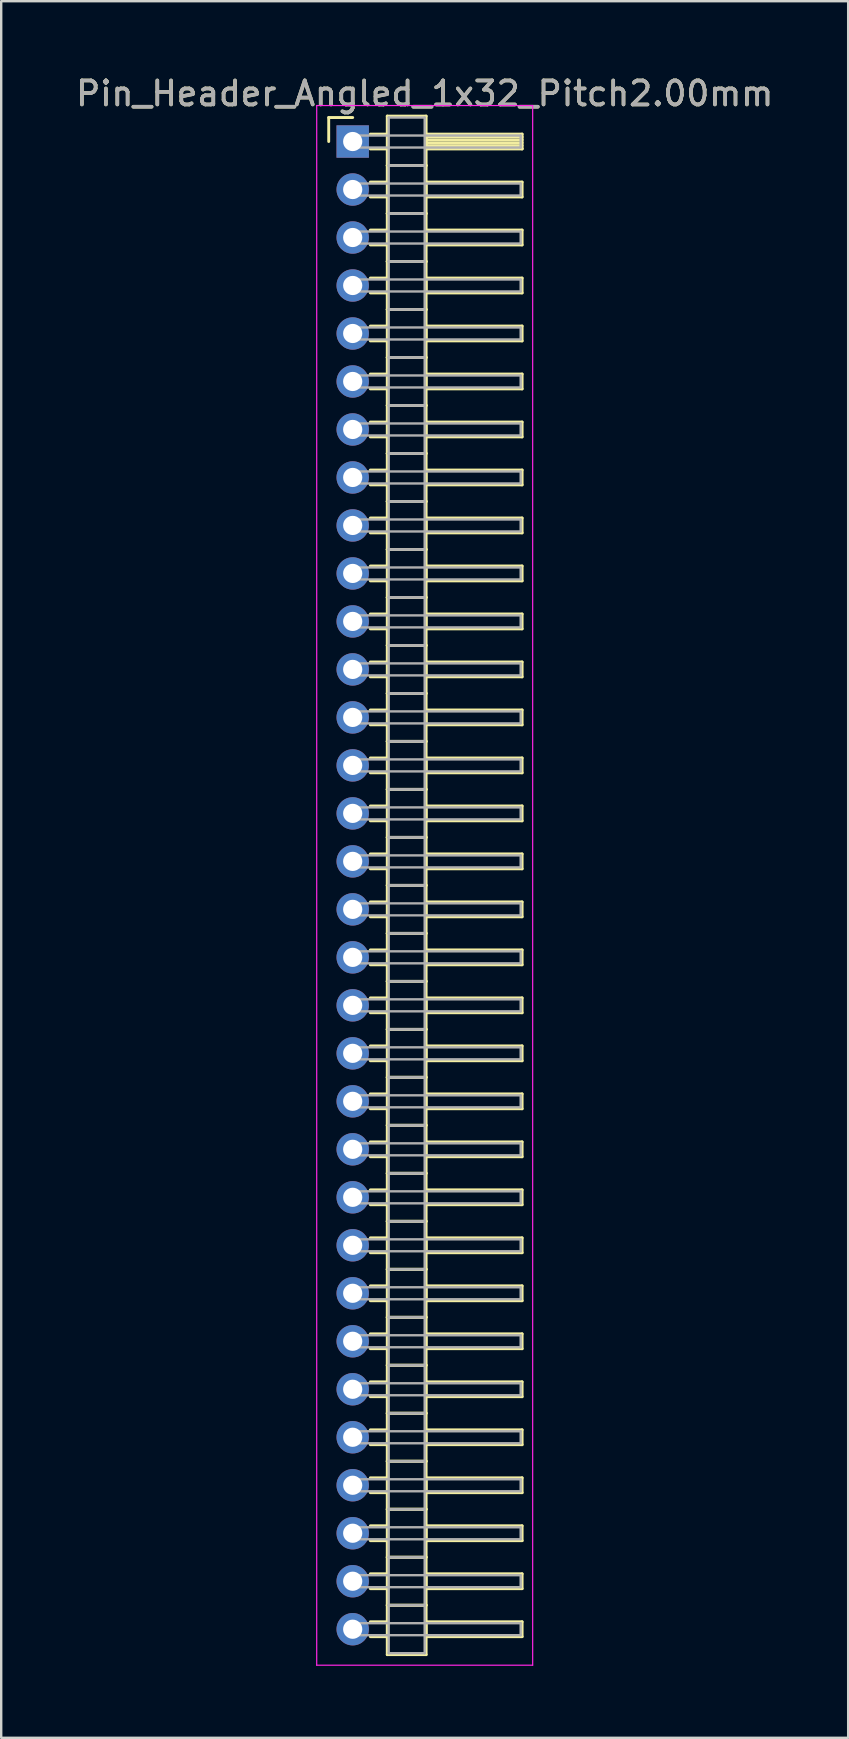
<source format=kicad_pcb>
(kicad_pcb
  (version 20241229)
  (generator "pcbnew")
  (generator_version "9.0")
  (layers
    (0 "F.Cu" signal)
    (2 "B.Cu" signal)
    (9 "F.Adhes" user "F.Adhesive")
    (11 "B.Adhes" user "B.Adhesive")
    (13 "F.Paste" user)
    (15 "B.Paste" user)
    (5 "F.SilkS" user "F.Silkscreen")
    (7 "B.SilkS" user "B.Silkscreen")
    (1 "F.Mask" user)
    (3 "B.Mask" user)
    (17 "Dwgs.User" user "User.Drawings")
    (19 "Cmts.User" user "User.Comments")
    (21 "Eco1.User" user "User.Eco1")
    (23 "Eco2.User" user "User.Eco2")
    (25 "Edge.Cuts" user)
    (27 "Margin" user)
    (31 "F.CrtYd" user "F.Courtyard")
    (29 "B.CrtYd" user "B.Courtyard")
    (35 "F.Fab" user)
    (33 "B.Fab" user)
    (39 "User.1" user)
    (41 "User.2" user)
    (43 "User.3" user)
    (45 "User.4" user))
  (footprint "Pin_Header_Angled_1x32_Pitch2.00mm"
    (layer "F.Cu")
    (at 11.649 2.848)
    (property "Reference" "Pin_Header_Angled_1x32_Pitch2.00mm" (at 3 -2 0) (layer "F.SilkS") (effects (font (size 1 1) (thickness 0.15))))
    (attr through_hole)
    (fp_line (start -1 -1) (end 0 -1) (stroke (width 0.12) (type solid)) (layer "F.SilkS"))
    (fp_line (start -1 0) (end -1 -1) (stroke (width 0.12) (type solid)) (layer "F.SilkS"))
    (fp_line (start 0.735 -0.31) (end 1.44 -0.31) (stroke (width 0.12) (type solid)) (layer "F.SilkS"))
    (fp_line (start 0.735 0.31) (end 1.44 0.31) (stroke (width 0.12) (type solid)) (layer "F.SilkS"))
    (fp_line (start 0.735 1.69) (end 1.44 1.69) (stroke (width 0.12) (type solid)) (layer "F.SilkS"))
    (fp_line (start 0.735 2.31) (end 1.44 2.31) (stroke (width 0.12) (type solid)) (layer "F.SilkS"))
    (fp_line (start 0.735 3.69) (end 1.44 3.69) (stroke (width 0.12) (type solid)) (layer "F.SilkS"))
    (fp_line (start 0.735 4.31) (end 1.44 4.31) (stroke (width 0.12) (type solid)) (layer "F.SilkS"))
    (fp_line (start 0.735 5.69) (end 1.44 5.69) (stroke (width 0.12) (type solid)) (layer "F.SilkS"))
    (fp_line (start 0.735 6.31) (end 1.44 6.31) (stroke (width 0.12) (type solid)) (layer "F.SilkS"))
    (fp_line (start 0.735 7.69) (end 1.44 7.69) (stroke (width 0.12) (type solid)) (layer "F.SilkS"))
    (fp_line (start 0.735 8.31) (end 1.44 8.31) (stroke (width 0.12) (type solid)) (layer "F.SilkS"))
    (fp_line (start 0.735 9.69) (end 1.44 9.69) (stroke (width 0.12) (type solid)) (layer "F.SilkS"))
    (fp_line (start 0.735 10.31) (end 1.44 10.31) (stroke (width 0.12) (type solid)) (layer "F.SilkS"))
    (fp_line (start 0.735 11.69) (end 1.44 11.69) (stroke (width 0.12) (type solid)) (layer "F.SilkS"))
    (fp_line (start 0.735 12.31) (end 1.44 12.31) (stroke (width 0.12) (type solid)) (layer "F.SilkS"))
    (fp_line (start 0.735 13.69) (end 1.44 13.69) (stroke (width 0.12) (type solid)) (layer "F.SilkS"))
    (fp_line (start 0.735 14.31) (end 1.44 14.31) (stroke (width 0.12) (type solid)) (layer "F.SilkS"))
    (fp_line (start 0.735 15.69) (end 1.44 15.69) (stroke (width 0.12) (type solid)) (layer "F.SilkS"))
    (fp_line (start 0.735 16.31) (end 1.44 16.31) (stroke (width 0.12) (type solid)) (layer "F.SilkS"))
    (fp_line (start 0.735 17.69) (end 1.44 17.69) (stroke (width 0.12) (type solid)) (layer "F.SilkS"))
    (fp_line (start 0.735 18.31) (end 1.44 18.31) (stroke (width 0.12) (type solid)) (layer "F.SilkS"))
    (fp_line (start 0.735 19.69) (end 1.44 19.69) (stroke (width 0.12) (type solid)) (layer "F.SilkS"))
    (fp_line (start 0.735 20.31) (end 1.44 20.31) (stroke (width 0.12) (type solid)) (layer "F.SilkS"))
    (fp_line (start 0.735 21.69) (end 1.44 21.69) (stroke (width 0.12) (type solid)) (layer "F.SilkS"))
    (fp_line (start 0.735 22.31) (end 1.44 22.31) (stroke (width 0.12) (type solid)) (layer "F.SilkS"))
    (fp_line (start 0.735 23.69) (end 1.44 23.69) (stroke (width 0.12) (type solid)) (layer "F.SilkS"))
    (fp_line (start 0.735 24.31) (end 1.44 24.31) (stroke (width 0.12) (type solid)) (layer "F.SilkS"))
    (fp_line (start 0.735 25.69) (end 1.44 25.69) (stroke (width 0.12) (type solid)) (layer "F.SilkS"))
    (fp_line (start 0.735 26.31) (end 1.44 26.31) (stroke (width 0.12) (type solid)) (layer "F.SilkS"))
    (fp_line (start 0.735 27.69) (end 1.44 27.69) (stroke (width 0.12) (type solid)) (layer "F.SilkS"))
    (fp_line (start 0.735 28.31) (end 1.44 28.31) (stroke (width 0.12) (type solid)) (layer "F.SilkS"))
    (fp_line (start 0.735 29.69) (end 1.44 29.69) (stroke (width 0.12) (type solid)) (layer "F.SilkS"))
    (fp_line (start 0.735 30.31) (end 1.44 30.31) (stroke (width 0.12) (type solid)) (layer "F.SilkS"))
    (fp_line (start 0.735 31.69) (end 1.44 31.69) (stroke (width 0.12) (type solid)) (layer "F.SilkS"))
    (fp_line (start 0.735 32.31) (end 1.44 32.31) (stroke (width 0.12) (type solid)) (layer "F.SilkS"))
    (fp_line (start 0.735 33.69) (end 1.44 33.69) (stroke (width 0.12) (type solid)) (layer "F.SilkS"))
    (fp_line (start 0.735 34.31) (end 1.44 34.31) (stroke (width 0.12) (type solid)) (layer "F.SilkS"))
    (fp_line (start 0.735 35.69) (end 1.44 35.69) (stroke (width 0.12) (type solid)) (layer "F.SilkS"))
    (fp_line (start 0.735 36.31) (end 1.44 36.31) (stroke (width 0.12) (type solid)) (layer "F.SilkS"))
    (fp_line (start 0.735 37.69) (end 1.44 37.69) (stroke (width 0.12) (type solid)) (layer "F.SilkS"))
    (fp_line (start 0.735 38.31) (end 1.44 38.31) (stroke (width 0.12) (type solid)) (layer "F.SilkS"))
    (fp_line (start 0.735 39.69) (end 1.44 39.69) (stroke (width 0.12) (type solid)) (layer "F.SilkS"))
    (fp_line (start 0.735 40.31) (end 1.44 40.31) (stroke (width 0.12) (type solid)) (layer "F.SilkS"))
    (fp_line (start 0.735 41.69) (end 1.44 41.69) (stroke (width 0.12) (type solid)) (layer "F.SilkS"))
    (fp_line (start 0.735 42.31) (end 1.44 42.31) (stroke (width 0.12) (type solid)) (layer "F.SilkS"))
    (fp_line (start 0.735 43.69) (end 1.44 43.69) (stroke (width 0.12) (type solid)) (layer "F.SilkS"))
    (fp_line (start 0.735 44.31) (end 1.44 44.31) (stroke (width 0.12) (type solid)) (layer "F.SilkS"))
    (fp_line (start 0.735 45.69) (end 1.44 45.69) (stroke (width 0.12) (type solid)) (layer "F.SilkS"))
    (fp_line (start 0.735 46.31) (end 1.44 46.31) (stroke (width 0.12) (type solid)) (layer "F.SilkS"))
    (fp_line (start 0.735 47.69) (end 1.44 47.69) (stroke (width 0.12) (type solid)) (layer "F.SilkS"))
    (fp_line (start 0.735 48.31) (end 1.44 48.31) (stroke (width 0.12) (type solid)) (layer "F.SilkS"))
    (fp_line (start 0.735 49.69) (end 1.44 49.69) (stroke (width 0.12) (type solid)) (layer "F.SilkS"))
    (fp_line (start 0.735 50.31) (end 1.44 50.31) (stroke (width 0.12) (type solid)) (layer "F.SilkS"))
    (fp_line (start 0.735 51.69) (end 1.44 51.69) (stroke (width 0.12) (type solid)) (layer "F.SilkS"))
    (fp_line (start 0.735 52.31) (end 1.44 52.31) (stroke (width 0.12) (type solid)) (layer "F.SilkS"))
    (fp_line (start 0.735 53.69) (end 1.44 53.69) (stroke (width 0.12) (type solid)) (layer "F.SilkS"))
    (fp_line (start 0.735 54.31) (end 1.44 54.31) (stroke (width 0.12) (type solid)) (layer "F.SilkS"))
    (fp_line (start 0.735 55.69) (end 1.44 55.69) (stroke (width 0.12) (type solid)) (layer "F.SilkS"))
    (fp_line (start 0.735 56.31) (end 1.44 56.31) (stroke (width 0.12) (type solid)) (layer "F.SilkS"))
    (fp_line (start 0.735 57.69) (end 1.44 57.69) (stroke (width 0.12) (type solid)) (layer "F.SilkS"))
    (fp_line (start 0.735 58.31) (end 1.44 58.31) (stroke (width 0.12) (type solid)) (layer "F.SilkS"))
    (fp_line (start 0.735 59.69) (end 1.44 59.69) (stroke (width 0.12) (type solid)) (layer "F.SilkS"))
    (fp_line (start 0.735 60.31) (end 1.44 60.31) (stroke (width 0.12) (type solid)) (layer "F.SilkS"))
    (fp_line (start 0.735 61.69) (end 1.44 61.69) (stroke (width 0.12) (type solid)) (layer "F.SilkS"))
    (fp_line (start 0.735 62.31) (end 1.44 62.31) (stroke (width 0.12) (type solid)) (layer "F.SilkS"))
    (fp_line (start 1.44 -1.06) (end 1.44 1) (stroke (width 0.12) (type solid)) (layer "F.SilkS"))
    (fp_line (start 1.44 1) (end 1.44 3) (stroke (width 0.12) (type solid)) (layer "F.SilkS"))
    (fp_line (start 1.44 1) (end 3.06 1) (stroke (width 0.12) (type solid)) (layer "F.SilkS"))
    (fp_line (start 1.44 3) (end 1.44 5) (stroke (width 0.12) (type solid)) (layer "F.SilkS"))
    (fp_line (start 1.44 3) (end 3.06 3) (stroke (width 0.12) (type solid)) (layer "F.SilkS"))
    (fp_line (start 1.44 5) (end 1.44 7) (stroke (width 0.12) (type solid)) (layer "F.SilkS"))
    (fp_line (start 1.44 5) (end 3.06 5) (stroke (width 0.12) (type solid)) (layer "F.SilkS"))
    (fp_line (start 1.44 7) (end 1.44 9) (stroke (width 0.12) (type solid)) (layer "F.SilkS"))
    (fp_line (start 1.44 7) (end 3.06 7) (stroke (width 0.12) (type solid)) (layer "F.SilkS"))
    (fp_line (start 1.44 9) (end 1.44 11) (stroke (width 0.12) (type solid)) (layer "F.SilkS"))
    (fp_line (start 1.44 9) (end 3.06 9) (stroke (width 0.12) (type solid)) (layer "F.SilkS"))
    (fp_line (start 1.44 11) (end 1.44 13) (stroke (width 0.12) (type solid)) (layer "F.SilkS"))
    (fp_line (start 1.44 11) (end 3.06 11) (stroke (width 0.12) (type solid)) (layer "F.SilkS"))
    (fp_line (start 1.44 13) (end 1.44 15) (stroke (width 0.12) (type solid)) (layer "F.SilkS"))
    (fp_line (start 1.44 13) (end 3.06 13) (stroke (width 0.12) (type solid)) (layer "F.SilkS"))
    (fp_line (start 1.44 15) (end 1.44 17) (stroke (width 0.12) (type solid)) (layer "F.SilkS"))
    (fp_line (start 1.44 15) (end 3.06 15) (stroke (width 0.12) (type solid)) (layer "F.SilkS"))
    (fp_line (start 1.44 17) (end 1.44 19) (stroke (width 0.12) (type solid)) (layer "F.SilkS"))
    (fp_line (start 1.44 17) (end 3.06 17) (stroke (width 0.12) (type solid)) (layer "F.SilkS"))
    (fp_line (start 1.44 19) (end 1.44 21) (stroke (width 0.12) (type solid)) (layer "F.SilkS"))
    (fp_line (start 1.44 19) (end 3.06 19) (stroke (width 0.12) (type solid)) (layer "F.SilkS"))
    (fp_line (start 1.44 21) (end 1.44 23) (stroke (width 0.12) (type solid)) (layer "F.SilkS"))
    (fp_line (start 1.44 21) (end 3.06 21) (stroke (width 0.12) (type solid)) (layer "F.SilkS"))
    (fp_line (start 1.44 23) (end 1.44 25) (stroke (width 0.12) (type solid)) (layer "F.SilkS"))
    (fp_line (start 1.44 23) (end 3.06 23) (stroke (width 0.12) (type solid)) (layer "F.SilkS"))
    (fp_line (start 1.44 25) (end 1.44 27) (stroke (width 0.12) (type solid)) (layer "F.SilkS"))
    (fp_line (start 1.44 25) (end 3.06 25) (stroke (width 0.12) (type solid)) (layer "F.SilkS"))
    (fp_line (start 1.44 27) (end 1.44 29) (stroke (width 0.12) (type solid)) (layer "F.SilkS"))
    (fp_line (start 1.44 27) (end 3.06 27) (stroke (width 0.12) (type solid)) (layer "F.SilkS"))
    (fp_line (start 1.44 29) (end 1.44 31) (stroke (width 0.12) (type solid)) (layer "F.SilkS"))
    (fp_line (start 1.44 29) (end 3.06 29) (stroke (width 0.12) (type solid)) (layer "F.SilkS"))
    (fp_line (start 1.44 31) (end 1.44 33) (stroke (width 0.12) (type solid)) (layer "F.SilkS"))
    (fp_line (start 1.44 31) (end 3.06 31) (stroke (width 0.12) (type solid)) (layer "F.SilkS"))
    (fp_line (start 1.44 33) (end 1.44 35) (stroke (width 0.12) (type solid)) (layer "F.SilkS"))
    (fp_line (start 1.44 33) (end 3.06 33) (stroke (width 0.12) (type solid)) (layer "F.SilkS"))
    (fp_line (start 1.44 35) (end 1.44 37) (stroke (width 0.12) (type solid)) (layer "F.SilkS"))
    (fp_line (start 1.44 35) (end 3.06 35) (stroke (width 0.12) (type solid)) (layer "F.SilkS"))
    (fp_line (start 1.44 37) (end 1.44 39) (stroke (width 0.12) (type solid)) (layer "F.SilkS"))
    (fp_line (start 1.44 37) (end 3.06 37) (stroke (width 0.12) (type solid)) (layer "F.SilkS"))
    (fp_line (start 1.44 39) (end 1.44 41) (stroke (width 0.12) (type solid)) (layer "F.SilkS"))
    (fp_line (start 1.44 39) (end 3.06 39) (stroke (width 0.12) (type solid)) (layer "F.SilkS"))
    (fp_line (start 1.44 41) (end 1.44 43) (stroke (width 0.12) (type solid)) (layer "F.SilkS"))
    (fp_line (start 1.44 41) (end 3.06 41) (stroke (width 0.12) (type solid)) (layer "F.SilkS"))
    (fp_line (start 1.44 43) (end 1.44 45) (stroke (width 0.12) (type solid)) (layer "F.SilkS"))
    (fp_line (start 1.44 43) (end 3.06 43) (stroke (width 0.12) (type solid)) (layer "F.SilkS"))
    (fp_line (start 1.44 45) (end 1.44 47) (stroke (width 0.12) (type solid)) (layer "F.SilkS"))
    (fp_line (start 1.44 45) (end 3.06 45) (stroke (width 0.12) (type solid)) (layer "F.SilkS"))
    (fp_line (start 1.44 47) (end 1.44 49) (stroke (width 0.12) (type solid)) (layer "F.SilkS"))
    (fp_line (start 1.44 47) (end 3.06 47) (stroke (width 0.12) (type solid)) (layer "F.SilkS"))
    (fp_line (start 1.44 49) (end 1.44 51) (stroke (width 0.12) (type solid)) (layer "F.SilkS"))
    (fp_line (start 1.44 49) (end 3.06 49) (stroke (width 0.12) (type solid)) (layer "F.SilkS"))
    (fp_line (start 1.44 51) (end 1.44 53) (stroke (width 0.12) (type solid)) (layer "F.SilkS"))
    (fp_line (start 1.44 51) (end 3.06 51) (stroke (width 0.12) (type solid)) (layer "F.SilkS"))
    (fp_line (start 1.44 53) (end 1.44 55) (stroke (width 0.12) (type solid)) (layer "F.SilkS"))
    (fp_line (start 1.44 53) (end 3.06 53) (stroke (width 0.12) (type solid)) (layer "F.SilkS"))
    (fp_line (start 1.44 55) (end 1.44 57) (stroke (width 0.12) (type solid)) (layer "F.SilkS"))
    (fp_line (start 1.44 55) (end 3.06 55) (stroke (width 0.12) (type solid)) (layer "F.SilkS"))
    (fp_line (start 1.44 57) (end 1.44 59) (stroke (width 0.12) (type solid)) (layer "F.SilkS"))
    (fp_line (start 1.44 57) (end 3.06 57) (stroke (width 0.12) (type solid)) (layer "F.SilkS"))
    (fp_line (start 1.44 59) (end 1.44 61) (stroke (width 0.12) (type solid)) (layer "F.SilkS"))
    (fp_line (start 1.44 59) (end 3.06 59) (stroke (width 0.12) (type solid)) (layer "F.SilkS"))
    (fp_line (start 1.44 61) (end 1.44 63.06) (stroke (width 0.12) (type solid)) (layer "F.SilkS"))
    (fp_line (start 1.44 61) (end 3.06 61) (stroke (width 0.12) (type solid)) (layer "F.SilkS"))
    (fp_line (start 1.44 63.06) (end 3.06 63.06) (stroke (width 0.12) (type solid)) (layer "F.SilkS"))
    (fp_line (start 3.06 -1.06) (end 1.44 -1.06) (stroke (width 0.12) (type solid)) (layer "F.SilkS"))
    (fp_line (start 3.06 -0.31) (end 3.06 0.31) (stroke (width 0.12) (type solid)) (layer "F.SilkS"))
    (fp_line (start 3.06 -0.19) (end 7.06 -0.19) (stroke (width 0.12) (type solid)) (layer "F.SilkS"))
    (fp_line (start 3.06 -0.07) (end 7.06 -0.07) (stroke (width 0.12) (type solid)) (layer "F.SilkS"))
    (fp_line (start 3.06 0.05) (end 7.06 0.05) (stroke (width 0.12) (type solid)) (layer "F.SilkS"))
    (fp_line (start 3.06 0.17) (end 7.06 0.17) (stroke (width 0.12) (type solid)) (layer "F.SilkS"))
    (fp_line (start 3.06 0.29) (end 7.06 0.29) (stroke (width 0.12) (type solid)) (layer "F.SilkS"))
    (fp_line (start 3.06 0.31) (end 7.06 0.31) (stroke (width 0.12) (type solid)) (layer "F.SilkS"))
    (fp_line (start 3.06 1) (end 1.44 1) (stroke (width 0.12) (type solid)) (layer "F.SilkS"))
    (fp_line (start 3.06 1) (end 3.06 -1.06) (stroke (width 0.12) (type solid)) (layer "F.SilkS"))
    (fp_line (start 3.06 1.69) (end 3.06 2.31) (stroke (width 0.12) (type solid)) (layer "F.SilkS"))
    (fp_line (start 3.06 2.31) (end 7.06 2.31) (stroke (width 0.12) (type solid)) (layer "F.SilkS"))
    (fp_line (start 3.06 3) (end 1.44 3) (stroke (width 0.12) (type solid)) (layer "F.SilkS"))
    (fp_line (start 3.06 3) (end 3.06 1) (stroke (width 0.12) (type solid)) (layer "F.SilkS"))
    (fp_line (start 3.06 3.69) (end 3.06 4.31) (stroke (width 0.12) (type solid)) (layer "F.SilkS"))
    (fp_line (start 3.06 4.31) (end 7.06 4.31) (stroke (width 0.12) (type solid)) (layer "F.SilkS"))
    (fp_line (start 3.06 5) (end 1.44 5) (stroke (width 0.12) (type solid)) (layer "F.SilkS"))
    (fp_line (start 3.06 5) (end 3.06 3) (stroke (width 0.12) (type solid)) (layer "F.SilkS"))
    (fp_line (start 3.06 5.69) (end 3.06 6.31) (stroke (width 0.12) (type solid)) (layer "F.SilkS"))
    (fp_line (start 3.06 6.31) (end 7.06 6.31) (stroke (width 0.12) (type solid)) (layer "F.SilkS"))
    (fp_line (start 3.06 7) (end 1.44 7) (stroke (width 0.12) (type solid)) (layer "F.SilkS"))
    (fp_line (start 3.06 7) (end 3.06 5) (stroke (width 0.12) (type solid)) (layer "F.SilkS"))
    (fp_line (start 3.06 7.69) (end 3.06 8.31) (stroke (width 0.12) (type solid)) (layer "F.SilkS"))
    (fp_line (start 3.06 8.31) (end 7.06 8.31) (stroke (width 0.12) (type solid)) (layer "F.SilkS"))
    (fp_line (start 3.06 9) (end 1.44 9) (stroke (width 0.12) (type solid)) (layer "F.SilkS"))
    (fp_line (start 3.06 9) (end 3.06 7) (stroke (width 0.12) (type solid)) (layer "F.SilkS"))
    (fp_line (start 3.06 9.69) (end 3.06 10.31) (stroke (width 0.12) (type solid)) (layer "F.SilkS"))
    (fp_line (start 3.06 10.31) (end 7.06 10.31) (stroke (width 0.12) (type solid)) (layer "F.SilkS"))
    (fp_line (start 3.06 11) (end 1.44 11) (stroke (width 0.12) (type solid)) (layer "F.SilkS"))
    (fp_line (start 3.06 11) (end 3.06 9) (stroke (width 0.12) (type solid)) (layer "F.SilkS"))
    (fp_line (start 3.06 11.69) (end 3.06 12.31) (stroke (width 0.12) (type solid)) (layer "F.SilkS"))
    (fp_line (start 3.06 12.31) (end 7.06 12.31) (stroke (width 0.12) (type solid)) (layer "F.SilkS"))
    (fp_line (start 3.06 13) (end 1.44 13) (stroke (width 0.12) (type solid)) (layer "F.SilkS"))
    (fp_line (start 3.06 13) (end 3.06 11) (stroke (width 0.12) (type solid)) (layer "F.SilkS"))
    (fp_line (start 3.06 13.69) (end 3.06 14.31) (stroke (width 0.12) (type solid)) (layer "F.SilkS"))
    (fp_line (start 3.06 14.31) (end 7.06 14.31) (stroke (width 0.12) (type solid)) (layer "F.SilkS"))
    (fp_line (start 3.06 15) (end 1.44 15) (stroke (width 0.12) (type solid)) (layer "F.SilkS"))
    (fp_line (start 3.06 15) (end 3.06 13) (stroke (width 0.12) (type solid)) (layer "F.SilkS"))
    (fp_line (start 3.06 15.69) (end 3.06 16.31) (stroke (width 0.12) (type solid)) (layer "F.SilkS"))
    (fp_line (start 3.06 16.31) (end 7.06 16.31) (stroke (width 0.12) (type solid)) (layer "F.SilkS"))
    (fp_line (start 3.06 17) (end 1.44 17) (stroke (width 0.12) (type solid)) (layer "F.SilkS"))
    (fp_line (start 3.06 17) (end 3.06 15) (stroke (width 0.12) (type solid)) (layer "F.SilkS"))
    (fp_line (start 3.06 17.69) (end 3.06 18.31) (stroke (width 0.12) (type solid)) (layer "F.SilkS"))
    (fp_line (start 3.06 18.31) (end 7.06 18.31) (stroke (width 0.12) (type solid)) (layer "F.SilkS"))
    (fp_line (start 3.06 19) (end 1.44 19) (stroke (width 0.12) (type solid)) (layer "F.SilkS"))
    (fp_line (start 3.06 19) (end 3.06 17) (stroke (width 0.12) (type solid)) (layer "F.SilkS"))
    (fp_line (start 3.06 19.69) (end 3.06 20.31) (stroke (width 0.12) (type solid)) (layer "F.SilkS"))
    (fp_line (start 3.06 20.31) (end 7.06 20.31) (stroke (width 0.12) (type solid)) (layer "F.SilkS"))
    (fp_line (start 3.06 21) (end 1.44 21) (stroke (width 0.12) (type solid)) (layer "F.SilkS"))
    (fp_line (start 3.06 21) (end 3.06 19) (stroke (width 0.12) (type solid)) (layer "F.SilkS"))
    (fp_line (start 3.06 21.69) (end 3.06 22.31) (stroke (width 0.12) (type solid)) (layer "F.SilkS"))
    (fp_line (start 3.06 22.31) (end 7.06 22.31) (stroke (width 0.12) (type solid)) (layer "F.SilkS"))
    (fp_line (start 3.06 23) (end 1.44 23) (stroke (width 0.12) (type solid)) (layer "F.SilkS"))
    (fp_line (start 3.06 23) (end 3.06 21) (stroke (width 0.12) (type solid)) (layer "F.SilkS"))
    (fp_line (start 3.06 23.69) (end 3.06 24.31) (stroke (width 0.12) (type solid)) (layer "F.SilkS"))
    (fp_line (start 3.06 24.31) (end 7.06 24.31) (stroke (width 0.12) (type solid)) (layer "F.SilkS"))
    (fp_line (start 3.06 25) (end 1.44 25) (stroke (width 0.12) (type solid)) (layer "F.SilkS"))
    (fp_line (start 3.06 25) (end 3.06 23) (stroke (width 0.12) (type solid)) (layer "F.SilkS"))
    (fp_line (start 3.06 25.69) (end 3.06 26.31) (stroke (width 0.12) (type solid)) (layer "F.SilkS"))
    (fp_line (start 3.06 26.31) (end 7.06 26.31) (stroke (width 0.12) (type solid)) (layer "F.SilkS"))
    (fp_line (start 3.06 27) (end 1.44 27) (stroke (width 0.12) (type solid)) (layer "F.SilkS"))
    (fp_line (start 3.06 27) (end 3.06 25) (stroke (width 0.12) (type solid)) (layer "F.SilkS"))
    (fp_line (start 3.06 27.69) (end 3.06 28.31) (stroke (width 0.12) (type solid)) (layer "F.SilkS"))
    (fp_line (start 3.06 28.31) (end 7.06 28.31) (stroke (width 0.12) (type solid)) (layer "F.SilkS"))
    (fp_line (start 3.06 29) (end 1.44 29) (stroke (width 0.12) (type solid)) (layer "F.SilkS"))
    (fp_line (start 3.06 29) (end 3.06 27) (stroke (width 0.12) (type solid)) (layer "F.SilkS"))
    (fp_line (start 3.06 29.69) (end 3.06 30.31) (stroke (width 0.12) (type solid)) (layer "F.SilkS"))
    (fp_line (start 3.06 30.31) (end 7.06 30.31) (stroke (width 0.12) (type solid)) (layer "F.SilkS"))
    (fp_line (start 3.06 31) (end 1.44 31) (stroke (width 0.12) (type solid)) (layer "F.SilkS"))
    (fp_line (start 3.06 31) (end 3.06 29) (stroke (width 0.12) (type solid)) (layer "F.SilkS"))
    (fp_line (start 3.06 31.69) (end 3.06 32.31) (stroke (width 0.12) (type solid)) (layer "F.SilkS"))
    (fp_line (start 3.06 32.31) (end 7.06 32.31) (stroke (width 0.12) (type solid)) (layer "F.SilkS"))
    (fp_line (start 3.06 33) (end 1.44 33) (stroke (width 0.12) (type solid)) (layer "F.SilkS"))
    (fp_line (start 3.06 33) (end 3.06 31) (stroke (width 0.12) (type solid)) (layer "F.SilkS"))
    (fp_line (start 3.06 33.69) (end 3.06 34.31) (stroke (width 0.12) (type solid)) (layer "F.SilkS"))
    (fp_line (start 3.06 34.31) (end 7.06 34.31) (stroke (width 0.12) (type solid)) (layer "F.SilkS"))
    (fp_line (start 3.06 35) (end 1.44 35) (stroke (width 0.12) (type solid)) (layer "F.SilkS"))
    (fp_line (start 3.06 35) (end 3.06 33) (stroke (width 0.12) (type solid)) (layer "F.SilkS"))
    (fp_line (start 3.06 35.69) (end 3.06 36.31) (stroke (width 0.12) (type solid)) (layer "F.SilkS"))
    (fp_line (start 3.06 36.31) (end 7.06 36.31) (stroke (width 0.12) (type solid)) (layer "F.SilkS"))
    (fp_line (start 3.06 37) (end 1.44 37) (stroke (width 0.12) (type solid)) (layer "F.SilkS"))
    (fp_line (start 3.06 37) (end 3.06 35) (stroke (width 0.12) (type solid)) (layer "F.SilkS"))
    (fp_line (start 3.06 37.69) (end 3.06 38.31) (stroke (width 0.12) (type solid)) (layer "F.SilkS"))
    (fp_line (start 3.06 38.31) (end 7.06 38.31) (stroke (width 0.12) (type solid)) (layer "F.SilkS"))
    (fp_line (start 3.06 39) (end 1.44 39) (stroke (width 0.12) (type solid)) (layer "F.SilkS"))
    (fp_line (start 3.06 39) (end 3.06 37) (stroke (width 0.12) (type solid)) (layer "F.SilkS"))
    (fp_line (start 3.06 39.69) (end 3.06 40.31) (stroke (width 0.12) (type solid)) (layer "F.SilkS"))
    (fp_line (start 3.06 40.31) (end 7.06 40.31) (stroke (width 0.12) (type solid)) (layer "F.SilkS"))
    (fp_line (start 3.06 41) (end 1.44 41) (stroke (width 0.12) (type solid)) (layer "F.SilkS"))
    (fp_line (start 3.06 41) (end 3.06 39) (stroke (width 0.12) (type solid)) (layer "F.SilkS"))
    (fp_line (start 3.06 41.69) (end 3.06 42.31) (stroke (width 0.12) (type solid)) (layer "F.SilkS"))
    (fp_line (start 3.06 42.31) (end 7.06 42.31) (stroke (width 0.12) (type solid)) (layer "F.SilkS"))
    (fp_line (start 3.06 43) (end 1.44 43) (stroke (width 0.12) (type solid)) (layer "F.SilkS"))
    (fp_line (start 3.06 43) (end 3.06 41) (stroke (width 0.12) (type solid)) (layer "F.SilkS"))
    (fp_line (start 3.06 43.69) (end 3.06 44.31) (stroke (width 0.12) (type solid)) (layer "F.SilkS"))
    (fp_line (start 3.06 44.31) (end 7.06 44.31) (stroke (width 0.12) (type solid)) (layer "F.SilkS"))
    (fp_line (start 3.06 45) (end 1.44 45) (stroke (width 0.12) (type solid)) (layer "F.SilkS"))
    (fp_line (start 3.06 45) (end 3.06 43) (stroke (width 0.12) (type solid)) (layer "F.SilkS"))
    (fp_line (start 3.06 45.69) (end 3.06 46.31) (stroke (width 0.12) (type solid)) (layer "F.SilkS"))
    (fp_line (start 3.06 46.31) (end 7.06 46.31) (stroke (width 0.12) (type solid)) (layer "F.SilkS"))
    (fp_line (start 3.06 47) (end 1.44 47) (stroke (width 0.12) (type solid)) (layer "F.SilkS"))
    (fp_line (start 3.06 47) (end 3.06 45) (stroke (width 0.12) (type solid)) (layer "F.SilkS"))
    (fp_line (start 3.06 47.69) (end 3.06 48.31) (stroke (width 0.12) (type solid)) (layer "F.SilkS"))
    (fp_line (start 3.06 48.31) (end 7.06 48.31) (stroke (width 0.12) (type solid)) (layer "F.SilkS"))
    (fp_line (start 3.06 49) (end 1.44 49) (stroke (width 0.12) (type solid)) (layer "F.SilkS"))
    (fp_line (start 3.06 49) (end 3.06 47) (stroke (width 0.12) (type solid)) (layer "F.SilkS"))
    (fp_line (start 3.06 49.69) (end 3.06 50.31) (stroke (width 0.12) (type solid)) (layer "F.SilkS"))
    (fp_line (start 3.06 50.31) (end 7.06 50.31) (stroke (width 0.12) (type solid)) (layer "F.SilkS"))
    (fp_line (start 3.06 51) (end 1.44 51) (stroke (width 0.12) (type solid)) (layer "F.SilkS"))
    (fp_line (start 3.06 51) (end 3.06 49) (stroke (width 0.12) (type solid)) (layer "F.SilkS"))
    (fp_line (start 3.06 51.69) (end 3.06 52.31) (stroke (width 0.12) (type solid)) (layer "F.SilkS"))
    (fp_line (start 3.06 52.31) (end 7.06 52.31) (stroke (width 0.12) (type solid)) (layer "F.SilkS"))
    (fp_line (start 3.06 53) (end 1.44 53) (stroke (width 0.12) (type solid)) (layer "F.SilkS"))
    (fp_line (start 3.06 53) (end 3.06 51) (stroke (width 0.12) (type solid)) (layer "F.SilkS"))
    (fp_line (start 3.06 53.69) (end 3.06 54.31) (stroke (width 0.12) (type solid)) (layer "F.SilkS"))
    (fp_line (start 3.06 54.31) (end 7.06 54.31) (stroke (width 0.12) (type solid)) (layer "F.SilkS"))
    (fp_line (start 3.06 55) (end 1.44 55) (stroke (width 0.12) (type solid)) (layer "F.SilkS"))
    (fp_line (start 3.06 55) (end 3.06 53) (stroke (width 0.12) (type solid)) (layer "F.SilkS"))
    (fp_line (start 3.06 55.69) (end 3.06 56.31) (stroke (width 0.12) (type solid)) (layer "F.SilkS"))
    (fp_line (start 3.06 56.31) (end 7.06 56.31) (stroke (width 0.12) (type solid)) (layer "F.SilkS"))
    (fp_line (start 3.06 57) (end 1.44 57) (stroke (width 0.12) (type solid)) (layer "F.SilkS"))
    (fp_line (start 3.06 57) (end 3.06 55) (stroke (width 0.12) (type solid)) (layer "F.SilkS"))
    (fp_line (start 3.06 57.69) (end 3.06 58.31) (stroke (width 0.12) (type solid)) (layer "F.SilkS"))
    (fp_line (start 3.06 58.31) (end 7.06 58.31) (stroke (width 0.12) (type solid)) (layer "F.SilkS"))
    (fp_line (start 3.06 59) (end 1.44 59) (stroke (width 0.12) (type solid)) (layer "F.SilkS"))
    (fp_line (start 3.06 59) (end 3.06 57) (stroke (width 0.12) (type solid)) (layer "F.SilkS"))
    (fp_line (start 3.06 59.69) (end 3.06 60.31) (stroke (width 0.12) (type solid)) (layer "F.SilkS"))
    (fp_line (start 3.06 60.31) (end 7.06 60.31) (stroke (width 0.12) (type solid)) (layer "F.SilkS"))
    (fp_line (start 3.06 61) (end 1.44 61) (stroke (width 0.12) (type solid)) (layer "F.SilkS"))
    (fp_line (start 3.06 61) (end 3.06 59) (stroke (width 0.12) (type solid)) (layer "F.SilkS"))
    (fp_line (start 3.06 61.69) (end 3.06 62.31) (stroke (width 0.12) (type solid)) (layer "F.SilkS"))
    (fp_line (start 3.06 62.31) (end 7.06 62.31) (stroke (width 0.12) (type solid)) (layer "F.SilkS"))
    (fp_line (start 3.06 63.06) (end 3.06 61) (stroke (width 0.12) (type solid)) (layer "F.SilkS"))
    (fp_line (start 7.06 -0.31) (end 3.06 -0.31) (stroke (width 0.12) (type solid)) (layer "F.SilkS"))
    (fp_line (start 7.06 0.31) (end 7.06 -0.31) (stroke (width 0.12) (type solid)) (layer "F.SilkS"))
    (fp_line (start 7.06 1.69) (end 3.06 1.69) (stroke (width 0.12) (type solid)) (layer "F.SilkS"))
    (fp_line (start 7.06 2.31) (end 7.06 1.69) (stroke (width 0.12) (type solid)) (layer "F.SilkS"))
    (fp_line (start 7.06 3.69) (end 3.06 3.69) (stroke (width 0.12) (type solid)) (layer "F.SilkS"))
    (fp_line (start 7.06 4.31) (end 7.06 3.69) (stroke (width 0.12) (type solid)) (layer "F.SilkS"))
    (fp_line (start 7.06 5.69) (end 3.06 5.69) (stroke (width 0.12) (type solid)) (layer "F.SilkS"))
    (fp_line (start 7.06 6.31) (end 7.06 5.69) (stroke (width 0.12) (type solid)) (layer "F.SilkS"))
    (fp_line (start 7.06 7.69) (end 3.06 7.69) (stroke (width 0.12) (type solid)) (layer "F.SilkS"))
    (fp_line (start 7.06 8.31) (end 7.06 7.69) (stroke (width 0.12) (type solid)) (layer "F.SilkS"))
    (fp_line (start 7.06 9.69) (end 3.06 9.69) (stroke (width 0.12) (type solid)) (layer "F.SilkS"))
    (fp_line (start 7.06 10.31) (end 7.06 9.69) (stroke (width 0.12) (type solid)) (layer "F.SilkS"))
    (fp_line (start 7.06 11.69) (end 3.06 11.69) (stroke (width 0.12) (type solid)) (layer "F.SilkS"))
    (fp_line (start 7.06 12.31) (end 7.06 11.69) (stroke (width 0.12) (type solid)) (layer "F.SilkS"))
    (fp_line (start 7.06 13.69) (end 3.06 13.69) (stroke (width 0.12) (type solid)) (layer "F.SilkS"))
    (fp_line (start 7.06 14.31) (end 7.06 13.69) (stroke (width 0.12) (type solid)) (layer "F.SilkS"))
    (fp_line (start 7.06 15.69) (end 3.06 15.69) (stroke (width 0.12) (type solid)) (layer "F.SilkS"))
    (fp_line (start 7.06 16.31) (end 7.06 15.69) (stroke (width 0.12) (type solid)) (layer "F.SilkS"))
    (fp_line (start 7.06 17.69) (end 3.06 17.69) (stroke (width 0.12) (type solid)) (layer "F.SilkS"))
    (fp_line (start 7.06 18.31) (end 7.06 17.69) (stroke (width 0.12) (type solid)) (layer "F.SilkS"))
    (fp_line (start 7.06 19.69) (end 3.06 19.69) (stroke (width 0.12) (type solid)) (layer "F.SilkS"))
    (fp_line (start 7.06 20.31) (end 7.06 19.69) (stroke (width 0.12) (type solid)) (layer "F.SilkS"))
    (fp_line (start 7.06 21.69) (end 3.06 21.69) (stroke (width 0.12) (type solid)) (layer "F.SilkS"))
    (fp_line (start 7.06 22.31) (end 7.06 21.69) (stroke (width 0.12) (type solid)) (layer "F.SilkS"))
    (fp_line (start 7.06 23.69) (end 3.06 23.69) (stroke (width 0.12) (type solid)) (layer "F.SilkS"))
    (fp_line (start 7.06 24.31) (end 7.06 23.69) (stroke (width 0.12) (type solid)) (layer "F.SilkS"))
    (fp_line (start 7.06 25.69) (end 3.06 25.69) (stroke (width 0.12) (type solid)) (layer "F.SilkS"))
    (fp_line (start 7.06 26.31) (end 7.06 25.69) (stroke (width 0.12) (type solid)) (layer "F.SilkS"))
    (fp_line (start 7.06 27.69) (end 3.06 27.69) (stroke (width 0.12) (type solid)) (layer "F.SilkS"))
    (fp_line (start 7.06 28.31) (end 7.06 27.69) (stroke (width 0.12) (type solid)) (layer "F.SilkS"))
    (fp_line (start 7.06 29.69) (end 3.06 29.69) (stroke (width 0.12) (type solid)) (layer "F.SilkS"))
    (fp_line (start 7.06 30.31) (end 7.06 29.69) (stroke (width 0.12) (type solid)) (layer "F.SilkS"))
    (fp_line (start 7.06 31.69) (end 3.06 31.69) (stroke (width 0.12) (type solid)) (layer "F.SilkS"))
    (fp_line (start 7.06 32.31) (end 7.06 31.69) (stroke (width 0.12) (type solid)) (layer "F.SilkS"))
    (fp_line (start 7.06 33.69) (end 3.06 33.69) (stroke (width 0.12) (type solid)) (layer "F.SilkS"))
    (fp_line (start 7.06 34.31) (end 7.06 33.69) (stroke (width 0.12) (type solid)) (layer "F.SilkS"))
    (fp_line (start 7.06 35.69) (end 3.06 35.69) (stroke (width 0.12) (type solid)) (layer "F.SilkS"))
    (fp_line (start 7.06 36.31) (end 7.06 35.69) (stroke (width 0.12) (type solid)) (layer "F.SilkS"))
    (fp_line (start 7.06 37.69) (end 3.06 37.69) (stroke (width 0.12) (type solid)) (layer "F.SilkS"))
    (fp_line (start 7.06 38.31) (end 7.06 37.69) (stroke (width 0.12) (type solid)) (layer "F.SilkS"))
    (fp_line (start 7.06 39.69) (end 3.06 39.69) (stroke (width 0.12) (type solid)) (layer "F.SilkS"))
    (fp_line (start 7.06 40.31) (end 7.06 39.69) (stroke (width 0.12) (type solid)) (layer "F.SilkS"))
    (fp_line (start 7.06 41.69) (end 3.06 41.69) (stroke (width 0.12) (type solid)) (layer "F.SilkS"))
    (fp_line (start 7.06 42.31) (end 7.06 41.69) (stroke (width 0.12) (type solid)) (layer "F.SilkS"))
    (fp_line (start 7.06 43.69) (end 3.06 43.69) (stroke (width 0.12) (type solid)) (layer "F.SilkS"))
    (fp_line (start 7.06 44.31) (end 7.06 43.69) (stroke (width 0.12) (type solid)) (layer "F.SilkS"))
    (fp_line (start 7.06 45.69) (end 3.06 45.69) (stroke (width 0.12) (type solid)) (layer "F.SilkS"))
    (fp_line (start 7.06 46.31) (end 7.06 45.69) (stroke (width 0.12) (type solid)) (layer "F.SilkS"))
    (fp_line (start 7.06 47.69) (end 3.06 47.69) (stroke (width 0.12) (type solid)) (layer "F.SilkS"))
    (fp_line (start 7.06 48.31) (end 7.06 47.69) (stroke (width 0.12) (type solid)) (layer "F.SilkS"))
    (fp_line (start 7.06 49.69) (end 3.06 49.69) (stroke (width 0.12) (type solid)) (layer "F.SilkS"))
    (fp_line (start 7.06 50.31) (end 7.06 49.69) (stroke (width 0.12) (type solid)) (layer "F.SilkS"))
    (fp_line (start 7.06 51.69) (end 3.06 51.69) (stroke (width 0.12) (type solid)) (layer "F.SilkS"))
    (fp_line (start 7.06 52.31) (end 7.06 51.69) (stroke (width 0.12) (type solid)) (layer "F.SilkS"))
    (fp_line (start 7.06 53.69) (end 3.06 53.69) (stroke (width 0.12) (type solid)) (layer "F.SilkS"))
    (fp_line (start 7.06 54.31) (end 7.06 53.69) (stroke (width 0.12) (type solid)) (layer "F.SilkS"))
    (fp_line (start 7.06 55.69) (end 3.06 55.69) (stroke (width 0.12) (type solid)) (layer "F.SilkS"))
    (fp_line (start 7.06 56.31) (end 7.06 55.69) (stroke (width 0.12) (type solid)) (layer "F.SilkS"))
    (fp_line (start 7.06 57.69) (end 3.06 57.69) (stroke (width 0.12) (type solid)) (layer "F.SilkS"))
    (fp_line (start 7.06 58.31) (end 7.06 57.69) (stroke (width 0.12) (type solid)) (layer "F.SilkS"))
    (fp_line (start 7.06 59.69) (end 3.06 59.69) (stroke (width 0.12) (type solid)) (layer "F.SilkS"))
    (fp_line (start 7.06 60.31) (end 7.06 59.69) (stroke (width 0.12) (type solid)) (layer "F.SilkS"))
    (fp_line (start 7.06 61.69) (end 3.06 61.69) (stroke (width 0.12) (type solid)) (layer "F.SilkS"))
    (fp_line (start 7.06 62.31) (end 7.06 61.69) (stroke (width 0.12) (type solid)) (layer "F.SilkS"))
    (fp_line (start -1.5 -1.5) (end -1.5 63.5) (stroke (width 0.05) (type solid)) (layer "F.CrtYd"))
    (fp_line (start -1.5 63.5) (end 7.5 63.5) (stroke (width 0.05) (type solid)) (layer "F.CrtYd"))
    (fp_line (start 7.5 -1.5) (end -1.5 -1.5) (stroke (width 0.05) (type solid)) (layer "F.CrtYd"))
    (fp_line (start 7.5 63.5) (end 7.5 -1.5) (stroke (width 0.05) (type solid)) (layer "F.CrtYd"))
    (fp_line (start 0 -0.25) (end 0 0.25) (stroke (width 0.1) (type solid)) (layer "F.Fab"))
    (fp_line (start 0 0.25) (end 7 0.25) (stroke (width 0.1) (type solid)) (layer "F.Fab"))
    (fp_line (start 0 1.75) (end 0 2.25) (stroke (width 0.1) (type solid)) (layer "F.Fab"))
    (fp_line (start 0 2.25) (end 7 2.25) (stroke (width 0.1) (type solid)) (layer "F.Fab"))
    (fp_line (start 0 3.75) (end 0 4.25) (stroke (width 0.1) (type solid)) (layer "F.Fab"))
    (fp_line (start 0 4.25) (end 7 4.25) (stroke (width 0.1) (type solid)) (layer "F.Fab"))
    (fp_line (start 0 5.75) (end 0 6.25) (stroke (width 0.1) (type solid)) (layer "F.Fab"))
    (fp_line (start 0 6.25) (end 7 6.25) (stroke (width 0.1) (type solid)) (layer "F.Fab"))
    (fp_line (start 0 7.75) (end 0 8.25) (stroke (width 0.1) (type solid)) (layer "F.Fab"))
    (fp_line (start 0 8.25) (end 7 8.25) (stroke (width 0.1) (type solid)) (layer "F.Fab"))
    (fp_line (start 0 9.75) (end 0 10.25) (stroke (width 0.1) (type solid)) (layer "F.Fab"))
    (fp_line (start 0 10.25) (end 7 10.25) (stroke (width 0.1) (type solid)) (layer "F.Fab"))
    (fp_line (start 0 11.75) (end 0 12.25) (stroke (width 0.1) (type solid)) (layer "F.Fab"))
    (fp_line (start 0 12.25) (end 7 12.25) (stroke (width 0.1) (type solid)) (layer "F.Fab"))
    (fp_line (start 0 13.75) (end 0 14.25) (stroke (width 0.1) (type solid)) (layer "F.Fab"))
    (fp_line (start 0 14.25) (end 7 14.25) (stroke (width 0.1) (type solid)) (layer "F.Fab"))
    (fp_line (start 0 15.75) (end 0 16.25) (stroke (width 0.1) (type solid)) (layer "F.Fab"))
    (fp_line (start 0 16.25) (end 7 16.25) (stroke (width 0.1) (type solid)) (layer "F.Fab"))
    (fp_line (start 0 17.75) (end 0 18.25) (stroke (width 0.1) (type solid)) (layer "F.Fab"))
    (fp_line (start 0 18.25) (end 7 18.25) (stroke (width 0.1) (type solid)) (layer "F.Fab"))
    (fp_line (start 0 19.75) (end 0 20.25) (stroke (width 0.1) (type solid)) (layer "F.Fab"))
    (fp_line (start 0 20.25) (end 7 20.25) (stroke (width 0.1) (type solid)) (layer "F.Fab"))
    (fp_line (start 0 21.75) (end 0 22.25) (stroke (width 0.1) (type solid)) (layer "F.Fab"))
    (fp_line (start 0 22.25) (end 7 22.25) (stroke (width 0.1) (type solid)) (layer "F.Fab"))
    (fp_line (start 0 23.75) (end 0 24.25) (stroke (width 0.1) (type solid)) (layer "F.Fab"))
    (fp_line (start 0 24.25) (end 7 24.25) (stroke (width 0.1) (type solid)) (layer "F.Fab"))
    (fp_line (start 0 25.75) (end 0 26.25) (stroke (width 0.1) (type solid)) (layer "F.Fab"))
    (fp_line (start 0 26.25) (end 7 26.25) (stroke (width 0.1) (type solid)) (layer "F.Fab"))
    (fp_line (start 0 27.75) (end 0 28.25) (stroke (width 0.1) (type solid)) (layer "F.Fab"))
    (fp_line (start 0 28.25) (end 7 28.25) (stroke (width 0.1) (type solid)) (layer "F.Fab"))
    (fp_line (start 0 29.75) (end 0 30.25) (stroke (width 0.1) (type solid)) (layer "F.Fab"))
    (fp_line (start 0 30.25) (end 7 30.25) (stroke (width 0.1) (type solid)) (layer "F.Fab"))
    (fp_line (start 0 31.75) (end 0 32.25) (stroke (width 0.1) (type solid)) (layer "F.Fab"))
    (fp_line (start 0 32.25) (end 7 32.25) (stroke (width 0.1) (type solid)) (layer "F.Fab"))
    (fp_line (start 0 33.75) (end 0 34.25) (stroke (width 0.1) (type solid)) (layer "F.Fab"))
    (fp_line (start 0 34.25) (end 7 34.25) (stroke (width 0.1) (type solid)) (layer "F.Fab"))
    (fp_line (start 0 35.75) (end 0 36.25) (stroke (width 0.1) (type solid)) (layer "F.Fab"))
    (fp_line (start 0 36.25) (end 7 36.25) (stroke (width 0.1) (type solid)) (layer "F.Fab"))
    (fp_line (start 0 37.75) (end 0 38.25) (stroke (width 0.1) (type solid)) (layer "F.Fab"))
    (fp_line (start 0 38.25) (end 7 38.25) (stroke (width 0.1) (type solid)) (layer "F.Fab"))
    (fp_line (start 0 39.75) (end 0 40.25) (stroke (width 0.1) (type solid)) (layer "F.Fab"))
    (fp_line (start 0 40.25) (end 7 40.25) (stroke (width 0.1) (type solid)) (layer "F.Fab"))
    (fp_line (start 0 41.75) (end 0 42.25) (stroke (width 0.1) (type solid)) (layer "F.Fab"))
    (fp_line (start 0 42.25) (end 7 42.25) (stroke (width 0.1) (type solid)) (layer "F.Fab"))
    (fp_line (start 0 43.75) (end 0 44.25) (stroke (width 0.1) (type solid)) (layer "F.Fab"))
    (fp_line (start 0 44.25) (end 7 44.25) (stroke (width 0.1) (type solid)) (layer "F.Fab"))
    (fp_line (start 0 45.75) (end 0 46.25) (stroke (width 0.1) (type solid)) (layer "F.Fab"))
    (fp_line (start 0 46.25) (end 7 46.25) (stroke (width 0.1) (type solid)) (layer "F.Fab"))
    (fp_line (start 0 47.75) (end 0 48.25) (stroke (width 0.1) (type solid)) (layer "F.Fab"))
    (fp_line (start 0 48.25) (end 7 48.25) (stroke (width 0.1) (type solid)) (layer "F.Fab"))
    (fp_line (start 0 49.75) (end 0 50.25) (stroke (width 0.1) (type solid)) (layer "F.Fab"))
    (fp_line (start 0 50.25) (end 7 50.25) (stroke (width 0.1) (type solid)) (layer "F.Fab"))
    (fp_line (start 0 51.75) (end 0 52.25) (stroke (width 0.1) (type solid)) (layer "F.Fab"))
    (fp_line (start 0 52.25) (end 7 52.25) (stroke (width 0.1) (type solid)) (layer "F.Fab"))
    (fp_line (start 0 53.75) (end 0 54.25) (stroke (width 0.1) (type solid)) (layer "F.Fab"))
    (fp_line (start 0 54.25) (end 7 54.25) (stroke (width 0.1) (type solid)) (layer "F.Fab"))
    (fp_line (start 0 55.75) (end 0 56.25) (stroke (width 0.1) (type solid)) (layer "F.Fab"))
    (fp_line (start 0 56.25) (end 7 56.25) (stroke (width 0.1) (type solid)) (layer "F.Fab"))
    (fp_line (start 0 57.75) (end 0 58.25) (stroke (width 0.1) (type solid)) (layer "F.Fab"))
    (fp_line (start 0 58.25) (end 7 58.25) (stroke (width 0.1) (type solid)) (layer "F.Fab"))
    (fp_line (start 0 59.75) (end 0 60.25) (stroke (width 0.1) (type solid)) (layer "F.Fab"))
    (fp_line (start 0 60.25) (end 7 60.25) (stroke (width 0.1) (type solid)) (layer "F.Fab"))
    (fp_line (start 0 61.75) (end 0 62.25) (stroke (width 0.1) (type solid)) (layer "F.Fab"))
    (fp_line (start 0 62.25) (end 7 62.25) (stroke (width 0.1) (type solid)) (layer "F.Fab"))
    (fp_line (start 1.5 -1) (end 1.5 1) (stroke (width 0.1) (type solid)) (layer "F.Fab"))
    (fp_line (start 1.5 1) (end 1.5 3) (stroke (width 0.1) (type solid)) (layer "F.Fab"))
    (fp_line (start 1.5 1) (end 3 1) (stroke (width 0.1) (type solid)) (layer "F.Fab"))
    (fp_line (start 1.5 3) (end 1.5 5) (stroke (width 0.1) (type solid)) (layer "F.Fab"))
    (fp_line (start 1.5 3) (end 3 3) (stroke (width 0.1) (type solid)) (layer "F.Fab"))
    (fp_line (start 1.5 5) (end 1.5 7) (stroke (width 0.1) (type solid)) (layer "F.Fab"))
    (fp_line (start 1.5 5) (end 3 5) (stroke (width 0.1) (type solid)) (layer "F.Fab"))
    (fp_line (start 1.5 7) (end 1.5 9) (stroke (width 0.1) (type solid)) (layer "F.Fab"))
    (fp_line (start 1.5 7) (end 3 7) (stroke (width 0.1) (type solid)) (layer "F.Fab"))
    (fp_line (start 1.5 9) (end 1.5 11) (stroke (width 0.1) (type solid)) (layer "F.Fab"))
    (fp_line (start 1.5 9) (end 3 9) (stroke (width 0.1) (type solid)) (layer "F.Fab"))
    (fp_line (start 1.5 11) (end 1.5 13) (stroke (width 0.1) (type solid)) (layer "F.Fab"))
    (fp_line (start 1.5 11) (end 3 11) (stroke (width 0.1) (type solid)) (layer "F.Fab"))
    (fp_line (start 1.5 13) (end 1.5 15) (stroke (width 0.1) (type solid)) (layer "F.Fab"))
    (fp_line (start 1.5 13) (end 3 13) (stroke (width 0.1) (type solid)) (layer "F.Fab"))
    (fp_line (start 1.5 15) (end 1.5 17) (stroke (width 0.1) (type solid)) (layer "F.Fab"))
    (fp_line (start 1.5 15) (end 3 15) (stroke (width 0.1) (type solid)) (layer "F.Fab"))
    (fp_line (start 1.5 17) (end 1.5 19) (stroke (width 0.1) (type solid)) (layer "F.Fab"))
    (fp_line (start 1.5 17) (end 3 17) (stroke (width 0.1) (type solid)) (layer "F.Fab"))
    (fp_line (start 1.5 19) (end 1.5 21) (stroke (width 0.1) (type solid)) (layer "F.Fab"))
    (fp_line (start 1.5 19) (end 3 19) (stroke (width 0.1) (type solid)) (layer "F.Fab"))
    (fp_line (start 1.5 21) (end 1.5 23) (stroke (width 0.1) (type solid)) (layer "F.Fab"))
    (fp_line (start 1.5 21) (end 3 21) (stroke (width 0.1) (type solid)) (layer "F.Fab"))
    (fp_line (start 1.5 23) (end 1.5 25) (stroke (width 0.1) (type solid)) (layer "F.Fab"))
    (fp_line (start 1.5 23) (end 3 23) (stroke (width 0.1) (type solid)) (layer "F.Fab"))
    (fp_line (start 1.5 25) (end 1.5 27) (stroke (width 0.1) (type solid)) (layer "F.Fab"))
    (fp_line (start 1.5 25) (end 3 25) (stroke (width 0.1) (type solid)) (layer "F.Fab"))
    (fp_line (start 1.5 27) (end 1.5 29) (stroke (width 0.1) (type solid)) (layer "F.Fab"))
    (fp_line (start 1.5 27) (end 3 27) (stroke (width 0.1) (type solid)) (layer "F.Fab"))
    (fp_line (start 1.5 29) (end 1.5 31) (stroke (width 0.1) (type solid)) (layer "F.Fab"))
    (fp_line (start 1.5 29) (end 3 29) (stroke (width 0.1) (type solid)) (layer "F.Fab"))
    (fp_line (start 1.5 31) (end 1.5 33) (stroke (width 0.1) (type solid)) (layer "F.Fab"))
    (fp_line (start 1.5 31) (end 3 31) (stroke (width 0.1) (type solid)) (layer "F.Fab"))
    (fp_line (start 1.5 33) (end 1.5 35) (stroke (width 0.1) (type solid)) (layer "F.Fab"))
    (fp_line (start 1.5 33) (end 3 33) (stroke (width 0.1) (type solid)) (layer "F.Fab"))
    (fp_line (start 1.5 35) (end 1.5 37) (stroke (width 0.1) (type solid)) (layer "F.Fab"))
    (fp_line (start 1.5 35) (end 3 35) (stroke (width 0.1) (type solid)) (layer "F.Fab"))
    (fp_line (start 1.5 37) (end 1.5 39) (stroke (width 0.1) (type solid)) (layer "F.Fab"))
    (fp_line (start 1.5 37) (end 3 37) (stroke (width 0.1) (type solid)) (layer "F.Fab"))
    (fp_line (start 1.5 39) (end 1.5 41) (stroke (width 0.1) (type solid)) (layer "F.Fab"))
    (fp_line (start 1.5 39) (end 3 39) (stroke (width 0.1) (type solid)) (layer "F.Fab"))
    (fp_line (start 1.5 41) (end 1.5 43) (stroke (width 0.1) (type solid)) (layer "F.Fab"))
    (fp_line (start 1.5 41) (end 3 41) (stroke (width 0.1) (type solid)) (layer "F.Fab"))
    (fp_line (start 1.5 43) (end 1.5 45) (stroke (width 0.1) (type solid)) (layer "F.Fab"))
    (fp_line (start 1.5 43) (end 3 43) (stroke (width 0.1) (type solid)) (layer "F.Fab"))
    (fp_line (start 1.5 45) (end 1.5 47) (stroke (width 0.1) (type solid)) (layer "F.Fab"))
    (fp_line (start 1.5 45) (end 3 45) (stroke (width 0.1) (type solid)) (layer "F.Fab"))
    (fp_line (start 1.5 47) (end 1.5 49) (stroke (width 0.1) (type solid)) (layer "F.Fab"))
    (fp_line (start 1.5 47) (end 3 47) (stroke (width 0.1) (type solid)) (layer "F.Fab"))
    (fp_line (start 1.5 49) (end 1.5 51) (stroke (width 0.1) (type solid)) (layer "F.Fab"))
    (fp_line (start 1.5 49) (end 3 49) (stroke (width 0.1) (type solid)) (layer "F.Fab"))
    (fp_line (start 1.5 51) (end 1.5 53) (stroke (width 0.1) (type solid)) (layer "F.Fab"))
    (fp_line (start 1.5 51) (end 3 51) (stroke (width 0.1) (type solid)) (layer "F.Fab"))
    (fp_line (start 1.5 53) (end 1.5 55) (stroke (width 0.1) (type solid)) (layer "F.Fab"))
    (fp_line (start 1.5 53) (end 3 53) (stroke (width 0.1) (type solid)) (layer "F.Fab"))
    (fp_line (start 1.5 55) (end 1.5 57) (stroke (width 0.1) (type solid)) (layer "F.Fab"))
    (fp_line (start 1.5 55) (end 3 55) (stroke (width 0.1) (type solid)) (layer "F.Fab"))
    (fp_line (start 1.5 57) (end 1.5 59) (stroke (width 0.1) (type solid)) (layer "F.Fab"))
    (fp_line (start 1.5 57) (end 3 57) (stroke (width 0.1) (type solid)) (layer "F.Fab"))
    (fp_line (start 1.5 59) (end 1.5 61) (stroke (width 0.1) (type solid)) (layer "F.Fab"))
    (fp_line (start 1.5 59) (end 3 59) (stroke (width 0.1) (type solid)) (layer "F.Fab"))
    (fp_line (start 1.5 61) (end 1.5 63) (stroke (width 0.1) (type solid)) (layer "F.Fab"))
    (fp_line (start 1.5 61) (end 3 61) (stroke (width 0.1) (type solid)) (layer "F.Fab"))
    (fp_line (start 1.5 63) (end 3 63) (stroke (width 0.1) (type solid)) (layer "F.Fab"))
    (fp_line (start 3 -1) (end 1.5 -1) (stroke (width 0.1) (type solid)) (layer "F.Fab"))
    (fp_line (start 3 1) (end 1.5 1) (stroke (width 0.1) (type solid)) (layer "F.Fab"))
    (fp_line (start 3 1) (end 3 -1) (stroke (width 0.1) (type solid)) (layer "F.Fab"))
    (fp_line (start 3 3) (end 1.5 3) (stroke (width 0.1) (type solid)) (layer "F.Fab"))
    (fp_line (start 3 3) (end 3 1) (stroke (width 0.1) (type solid)) (layer "F.Fab"))
    (fp_line (start 3 5) (end 1.5 5) (stroke (width 0.1) (type solid)) (layer "F.Fab"))
    (fp_line (start 3 5) (end 3 3) (stroke (width 0.1) (type solid)) (layer "F.Fab"))
    (fp_line (start 3 7) (end 1.5 7) (stroke (width 0.1) (type solid)) (layer "F.Fab"))
    (fp_line (start 3 7) (end 3 5) (stroke (width 0.1) (type solid)) (layer "F.Fab"))
    (fp_line (start 3 9) (end 1.5 9) (stroke (width 0.1) (type solid)) (layer "F.Fab"))
    (fp_line (start 3 9) (end 3 7) (stroke (width 0.1) (type solid)) (layer "F.Fab"))
    (fp_line (start 3 11) (end 1.5 11) (stroke (width 0.1) (type solid)) (layer "F.Fab"))
    (fp_line (start 3 11) (end 3 9) (stroke (width 0.1) (type solid)) (layer "F.Fab"))
    (fp_line (start 3 13) (end 1.5 13) (stroke (width 0.1) (type solid)) (layer "F.Fab"))
    (fp_line (start 3 13) (end 3 11) (stroke (width 0.1) (type solid)) (layer "F.Fab"))
    (fp_line (start 3 15) (end 1.5 15) (stroke (width 0.1) (type solid)) (layer "F.Fab"))
    (fp_line (start 3 15) (end 3 13) (stroke (width 0.1) (type solid)) (layer "F.Fab"))
    (fp_line (start 3 17) (end 1.5 17) (stroke (width 0.1) (type solid)) (layer "F.Fab"))
    (fp_line (start 3 17) (end 3 15) (stroke (width 0.1) (type solid)) (layer "F.Fab"))
    (fp_line (start 3 19) (end 1.5 19) (stroke (width 0.1) (type solid)) (layer "F.Fab"))
    (fp_line (start 3 19) (end 3 17) (stroke (width 0.1) (type solid)) (layer "F.Fab"))
    (fp_line (start 3 21) (end 1.5 21) (stroke (width 0.1) (type solid)) (layer "F.Fab"))
    (fp_line (start 3 21) (end 3 19) (stroke (width 0.1) (type solid)) (layer "F.Fab"))
    (fp_line (start 3 23) (end 1.5 23) (stroke (width 0.1) (type solid)) (layer "F.Fab"))
    (fp_line (start 3 23) (end 3 21) (stroke (width 0.1) (type solid)) (layer "F.Fab"))
    (fp_line (start 3 25) (end 1.5 25) (stroke (width 0.1) (type solid)) (layer "F.Fab"))
    (fp_line (start 3 25) (end 3 23) (stroke (width 0.1) (type solid)) (layer "F.Fab"))
    (fp_line (start 3 27) (end 1.5 27) (stroke (width 0.1) (type solid)) (layer "F.Fab"))
    (fp_line (start 3 27) (end 3 25) (stroke (width 0.1) (type solid)) (layer "F.Fab"))
    (fp_line (start 3 29) (end 1.5 29) (stroke (width 0.1) (type solid)) (layer "F.Fab"))
    (fp_line (start 3 29) (end 3 27) (stroke (width 0.1) (type solid)) (layer "F.Fab"))
    (fp_line (start 3 31) (end 1.5 31) (stroke (width 0.1) (type solid)) (layer "F.Fab"))
    (fp_line (start 3 31) (end 3 29) (stroke (width 0.1) (type solid)) (layer "F.Fab"))
    (fp_line (start 3 33) (end 1.5 33) (stroke (width 0.1) (type solid)) (layer "F.Fab"))
    (fp_line (start 3 33) (end 3 31) (stroke (width 0.1) (type solid)) (layer "F.Fab"))
    (fp_line (start 3 35) (end 1.5 35) (stroke (width 0.1) (type solid)) (layer "F.Fab"))
    (fp_line (start 3 35) (end 3 33) (stroke (width 0.1) (type solid)) (layer "F.Fab"))
    (fp_line (start 3 37) (end 1.5 37) (stroke (width 0.1) (type solid)) (layer "F.Fab"))
    (fp_line (start 3 37) (end 3 35) (stroke (width 0.1) (type solid)) (layer "F.Fab"))
    (fp_line (start 3 39) (end 1.5 39) (stroke (width 0.1) (type solid)) (layer "F.Fab"))
    (fp_line (start 3 39) (end 3 37) (stroke (width 0.1) (type solid)) (layer "F.Fab"))
    (fp_line (start 3 41) (end 1.5 41) (stroke (width 0.1) (type solid)) (layer "F.Fab"))
    (fp_line (start 3 41) (end 3 39) (stroke (width 0.1) (type solid)) (layer "F.Fab"))
    (fp_line (start 3 43) (end 1.5 43) (stroke (width 0.1) (type solid)) (layer "F.Fab"))
    (fp_line (start 3 43) (end 3 41) (stroke (width 0.1) (type solid)) (layer "F.Fab"))
    (fp_line (start 3 45) (end 1.5 45) (stroke (width 0.1) (type solid)) (layer "F.Fab"))
    (fp_line (start 3 45) (end 3 43) (stroke (width 0.1) (type solid)) (layer "F.Fab"))
    (fp_line (start 3 47) (end 1.5 47) (stroke (width 0.1) (type solid)) (layer "F.Fab"))
    (fp_line (start 3 47) (end 3 45) (stroke (width 0.1) (type solid)) (layer "F.Fab"))
    (fp_line (start 3 49) (end 1.5 49) (stroke (width 0.1) (type solid)) (layer "F.Fab"))
    (fp_line (start 3 49) (end 3 47) (stroke (width 0.1) (type solid)) (layer "F.Fab"))
    (fp_line (start 3 51) (end 1.5 51) (stroke (width 0.1) (type solid)) (layer "F.Fab"))
    (fp_line (start 3 51) (end 3 49) (stroke (width 0.1) (type solid)) (layer "F.Fab"))
    (fp_line (start 3 53) (end 1.5 53) (stroke (width 0.1) (type solid)) (layer "F.Fab"))
    (fp_line (start 3 53) (end 3 51) (stroke (width 0.1) (type solid)) (layer "F.Fab"))
    (fp_line (start 3 55) (end 1.5 55) (stroke (width 0.1) (type solid)) (layer "F.Fab"))
    (fp_line (start 3 55) (end 3 53) (stroke (width 0.1) (type solid)) (layer "F.Fab"))
    (fp_line (start 3 57) (end 1.5 57) (stroke (width 0.1) (type solid)) (layer "F.Fab"))
    (fp_line (start 3 57) (end 3 55) (stroke (width 0.1) (type solid)) (layer "F.Fab"))
    (fp_line (start 3 59) (end 1.5 59) (stroke (width 0.1) (type solid)) (layer "F.Fab"))
    (fp_line (start 3 59) (end 3 57) (stroke (width 0.1) (type solid)) (layer "F.Fab"))
    (fp_line (start 3 61) (end 1.5 61) (stroke (width 0.1) (type solid)) (layer "F.Fab"))
    (fp_line (start 3 61) (end 3 59) (stroke (width 0.1) (type solid)) (layer "F.Fab"))
    (fp_line (start 3 63) (end 3 61) (stroke (width 0.1) (type solid)) (layer "F.Fab"))
    (fp_line (start 7 -0.25) (end 0 -0.25) (stroke (width 0.1) (type solid)) (layer "F.Fab"))
    (fp_line (start 7 0.25) (end 7 -0.25) (stroke (width 0.1) (type solid)) (layer "F.Fab"))
    (fp_line (start 7 1.75) (end 0 1.75) (stroke (width 0.1) (type solid)) (layer "F.Fab"))
    (fp_line (start 7 2.25) (end 7 1.75) (stroke (width 0.1) (type solid)) (layer "F.Fab"))
    (fp_line (start 7 3.75) (end 0 3.75) (stroke (width 0.1) (type solid)) (layer "F.Fab"))
    (fp_line (start 7 4.25) (end 7 3.75) (stroke (width 0.1) (type solid)) (layer "F.Fab"))
    (fp_line (start 7 5.75) (end 0 5.75) (stroke (width 0.1) (type solid)) (layer "F.Fab"))
    (fp_line (start 7 6.25) (end 7 5.75) (stroke (width 0.1) (type solid)) (layer "F.Fab"))
    (fp_line (start 7 7.75) (end 0 7.75) (stroke (width 0.1) (type solid)) (layer "F.Fab"))
    (fp_line (start 7 8.25) (end 7 7.75) (stroke (width 0.1) (type solid)) (layer "F.Fab"))
    (fp_line (start 7 9.75) (end 0 9.75) (stroke (width 0.1) (type solid)) (layer "F.Fab"))
    (fp_line (start 7 10.25) (end 7 9.75) (stroke (width 0.1) (type solid)) (layer "F.Fab"))
    (fp_line (start 7 11.75) (end 0 11.75) (stroke (width 0.1) (type solid)) (layer "F.Fab"))
    (fp_line (start 7 12.25) (end 7 11.75) (stroke (width 0.1) (type solid)) (layer "F.Fab"))
    (fp_line (start 7 13.75) (end 0 13.75) (stroke (width 0.1) (type solid)) (layer "F.Fab"))
    (fp_line (start 7 14.25) (end 7 13.75) (stroke (width 0.1) (type solid)) (layer "F.Fab"))
    (fp_line (start 7 15.75) (end 0 15.75) (stroke (width 0.1) (type solid)) (layer "F.Fab"))
    (fp_line (start 7 16.25) (end 7 15.75) (stroke (width 0.1) (type solid)) (layer "F.Fab"))
    (fp_line (start 7 17.75) (end 0 17.75) (stroke (width 0.1) (type solid)) (layer "F.Fab"))
    (fp_line (start 7 18.25) (end 7 17.75) (stroke (width 0.1) (type solid)) (layer "F.Fab"))
    (fp_line (start 7 19.75) (end 0 19.75) (stroke (width 0.1) (type solid)) (layer "F.Fab"))
    (fp_line (start 7 20.25) (end 7 19.75) (stroke (width 0.1) (type solid)) (layer "F.Fab"))
    (fp_line (start 7 21.75) (end 0 21.75) (stroke (width 0.1) (type solid)) (layer "F.Fab"))
    (fp_line (start 7 22.25) (end 7 21.75) (stroke (width 0.1) (type solid)) (layer "F.Fab"))
    (fp_line (start 7 23.75) (end 0 23.75) (stroke (width 0.1) (type solid)) (layer "F.Fab"))
    (fp_line (start 7 24.25) (end 7 23.75) (stroke (width 0.1) (type solid)) (layer "F.Fab"))
    (fp_line (start 7 25.75) (end 0 25.75) (stroke (width 0.1) (type solid)) (layer "F.Fab"))
    (fp_line (start 7 26.25) (end 7 25.75) (stroke (width 0.1) (type solid)) (layer "F.Fab"))
    (fp_line (start 7 27.75) (end 0 27.75) (stroke (width 0.1) (type solid)) (layer "F.Fab"))
    (fp_line (start 7 28.25) (end 7 27.75) (stroke (width 0.1) (type solid)) (layer "F.Fab"))
    (fp_line (start 7 29.75) (end 0 29.75) (stroke (width 0.1) (type solid)) (layer "F.Fab"))
    (fp_line (start 7 30.25) (end 7 29.75) (stroke (width 0.1) (type solid)) (layer "F.Fab"))
    (fp_line (start 7 31.75) (end 0 31.75) (stroke (width 0.1) (type solid)) (layer "F.Fab"))
    (fp_line (start 7 32.25) (end 7 31.75) (stroke (width 0.1) (type solid)) (layer "F.Fab"))
    (fp_line (start 7 33.75) (end 0 33.75) (stroke (width 0.1) (type solid)) (layer "F.Fab"))
    (fp_line (start 7 34.25) (end 7 33.75) (stroke (width 0.1) (type solid)) (layer "F.Fab"))
    (fp_line (start 7 35.75) (end 0 35.75) (stroke (width 0.1) (type solid)) (layer "F.Fab"))
    (fp_line (start 7 36.25) (end 7 35.75) (stroke (width 0.1) (type solid)) (layer "F.Fab"))
    (fp_line (start 7 37.75) (end 0 37.75) (stroke (width 0.1) (type solid)) (layer "F.Fab"))
    (fp_line (start 7 38.25) (end 7 37.75) (stroke (width 0.1) (type solid)) (layer "F.Fab"))
    (fp_line (start 7 39.75) (end 0 39.75) (stroke (width 0.1) (type solid)) (layer "F.Fab"))
    (fp_line (start 7 40.25) (end 7 39.75) (stroke (width 0.1) (type solid)) (layer "F.Fab"))
    (fp_line (start 7 41.75) (end 0 41.75) (stroke (width 0.1) (type solid)) (layer "F.Fab"))
    (fp_line (start 7 42.25) (end 7 41.75) (stroke (width 0.1) (type solid)) (layer "F.Fab"))
    (fp_line (start 7 43.75) (end 0 43.75) (stroke (width 0.1) (type solid)) (layer "F.Fab"))
    (fp_line (start 7 44.25) (end 7 43.75) (stroke (width 0.1) (type solid)) (layer "F.Fab"))
    (fp_line (start 7 45.75) (end 0 45.75) (stroke (width 0.1) (type solid)) (layer "F.Fab"))
    (fp_line (start 7 46.25) (end 7 45.75) (stroke (width 0.1) (type solid)) (layer "F.Fab"))
    (fp_line (start 7 47.75) (end 0 47.75) (stroke (width 0.1) (type solid)) (layer "F.Fab"))
    (fp_line (start 7 48.25) (end 7 47.75) (stroke (width 0.1) (type solid)) (layer "F.Fab"))
    (fp_line (start 7 49.75) (end 0 49.75) (stroke (width 0.1) (type solid)) (layer "F.Fab"))
    (fp_line (start 7 50.25) (end 7 49.75) (stroke (width 0.1) (type solid)) (layer "F.Fab"))
    (fp_line (start 7 51.75) (end 0 51.75) (stroke (width 0.1) (type solid)) (layer "F.Fab"))
    (fp_line (start 7 52.25) (end 7 51.75) (stroke (width 0.1) (type solid)) (layer "F.Fab"))
    (fp_line (start 7 53.75) (end 0 53.75) (stroke (width 0.1) (type solid)) (layer "F.Fab"))
    (fp_line (start 7 54.25) (end 7 53.75) (stroke (width 0.1) (type solid)) (layer "F.Fab"))
    (fp_line (start 7 55.75) (end 0 55.75) (stroke (width 0.1) (type solid)) (layer "F.Fab"))
    (fp_line (start 7 56.25) (end 7 55.75) (stroke (width 0.1) (type solid)) (layer "F.Fab"))
    (fp_line (start 7 57.75) (end 0 57.75) (stroke (width 0.1) (type solid)) (layer "F.Fab"))
    (fp_line (start 7 58.25) (end 7 57.75) (stroke (width 0.1) (type solid)) (layer "F.Fab"))
    (fp_line (start 7 59.75) (end 0 59.75) (stroke (width 0.1) (type solid)) (layer "F.Fab"))
    (fp_line (start 7 60.25) (end 7 59.75) (stroke (width 0.1) (type solid)) (layer "F.Fab"))
    (fp_line (start 7 61.75) (end 0 61.75) (stroke (width 0.1) (type solid)) (layer "F.Fab"))
    (fp_line (start 7 62.25) (end 7 61.75) (stroke (width 0.1) (type solid)) (layer "F.Fab"))
    (fp_text user "${REFERENCE}" (at 3 -2 0) (layer "F.Fab") (effects (font (size 1 1) (thickness 0.15))))
    (pad "1" thru_hole rect (at 0 0) (size 1.35 1.35) (drill 0.8) (layers "*.Cu" "*.Mask"))
    (pad "2" thru_hole oval (at 0 2) (size 1.35 1.35) (drill 0.8) (layers "*.Cu" "*.Mask"))
    (pad "3" thru_hole oval (at 0 4) (size 1.35 1.35) (drill 0.8) (layers "*.Cu" "*.Mask"))
    (pad "4" thru_hole oval (at 0 6) (size 1.35 1.35) (drill 0.8) (layers "*.Cu" "*.Mask"))
    (pad "5" thru_hole oval (at 0 8) (size 1.35 1.35) (drill 0.8) (layers "*.Cu" "*.Mask"))
    (pad "6" thru_hole oval (at 0 10) (size 1.35 1.35) (drill 0.8) (layers "*.Cu" "*.Mask"))
    (pad "7" thru_hole oval (at 0 12) (size 1.35 1.35) (drill 0.8) (layers "*.Cu" "*.Mask"))
    (pad "8" thru_hole oval (at 0 14) (size 1.35 1.35) (drill 0.8) (layers "*.Cu" "*.Mask"))
    (pad "9" thru_hole oval (at 0 16) (size 1.35 1.35) (drill 0.8) (layers "*.Cu" "*.Mask"))
    (pad "10" thru_hole oval (at 0 18) (size 1.35 1.35) (drill 0.8) (layers "*.Cu" "*.Mask"))
    (pad "11" thru_hole oval (at 0 20) (size 1.35 1.35) (drill 0.8) (layers "*.Cu" "*.Mask"))
    (pad "12" thru_hole oval (at 0 22) (size 1.35 1.35) (drill 0.8) (layers "*.Cu" "*.Mask"))
    (pad "13" thru_hole oval (at 0 24) (size 1.35 1.35) (drill 0.8) (layers "*.Cu" "*.Mask"))
    (pad "14" thru_hole oval (at 0 26) (size 1.35 1.35) (drill 0.8) (layers "*.Cu" "*.Mask"))
    (pad "15" thru_hole oval (at 0 28) (size 1.35 1.35) (drill 0.8) (layers "*.Cu" "*.Mask"))
    (pad "16" thru_hole oval (at 0 30) (size 1.35 1.35) (drill 0.8) (layers "*.Cu" "*.Mask"))
    (pad "17" thru_hole oval (at 0 32) (size 1.35 1.35) (drill 0.8) (layers "*.Cu" "*.Mask"))
    (pad "18" thru_hole oval (at 0 34) (size 1.35 1.35) (drill 0.8) (layers "*.Cu" "*.Mask"))
    (pad "19" thru_hole oval (at 0 36) (size 1.35 1.35) (drill 0.8) (layers "*.Cu" "*.Mask"))
    (pad "20" thru_hole oval (at 0 38) (size 1.35 1.35) (drill 0.8) (layers "*.Cu" "*.Mask"))
    (pad "21" thru_hole oval (at 0 40) (size 1.35 1.35) (drill 0.8) (layers "*.Cu" "*.Mask"))
    (pad "22" thru_hole oval (at 0 42) (size 1.35 1.35) (drill 0.8) (layers "*.Cu" "*.Mask"))
    (pad "23" thru_hole oval (at 0 44) (size 1.35 1.35) (drill 0.8) (layers "*.Cu" "*.Mask"))
    (pad "24" thru_hole oval (at 0 46) (size 1.35 1.35) (drill 0.8) (layers "*.Cu" "*.Mask"))
    (pad "25" thru_hole oval (at 0 48) (size 1.35 1.35) (drill 0.8) (layers "*.Cu" "*.Mask"))
    (pad "26" thru_hole oval (at 0 50) (size 1.35 1.35) (drill 0.8) (layers "*.Cu" "*.Mask"))
    (pad "27" thru_hole oval (at 0 52) (size 1.35 1.35) (drill 0.8) (layers "*.Cu" "*.Mask"))
    (pad "28" thru_hole oval (at 0 54) (size 1.35 1.35) (drill 0.8) (layers "*.Cu" "*.Mask"))
    (pad "29" thru_hole oval (at 0 56) (size 1.35 1.35) (drill 0.8) (layers "*.Cu" "*.Mask"))
    (pad "30" thru_hole oval (at 0 58) (size 1.35 1.35) (drill 0.8) (layers "*.Cu" "*.Mask"))
    (pad "31" thru_hole oval (at 0 60) (size 1.35 1.35) (drill 0.8) (layers "*.Cu" "*.Mask"))
    (pad "32" thru_hole oval (at 0 62) (size 1.35 1.35) (drill 0.8) (layers "*.Cu" "*.Mask")))
  (gr_rect
    (start -3 -3)
    (end 32.298 69.373)
    (stroke (width 0.1) (type default))
    (fill no)
    (layer "Edge.Cuts")))
</source>
